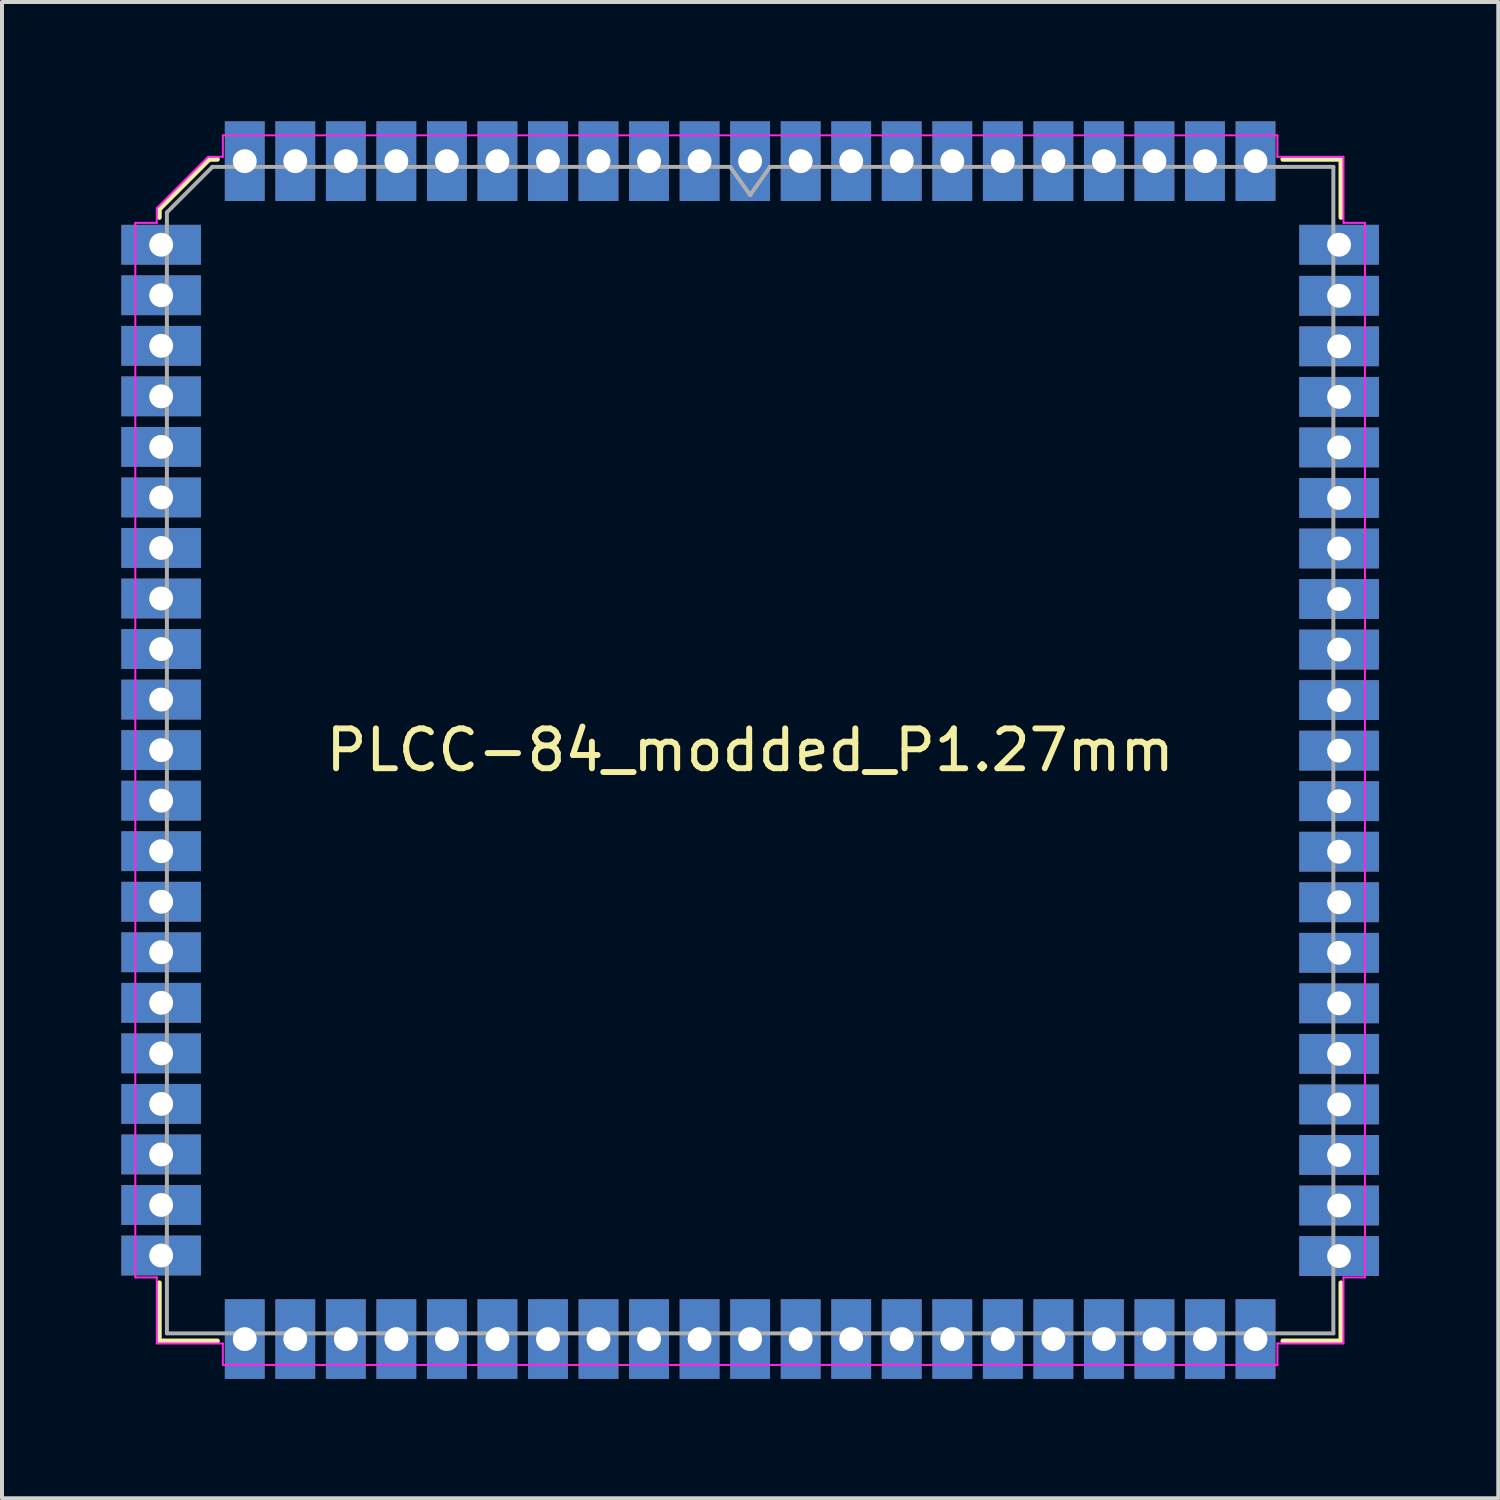
<source format=kicad_pcb>
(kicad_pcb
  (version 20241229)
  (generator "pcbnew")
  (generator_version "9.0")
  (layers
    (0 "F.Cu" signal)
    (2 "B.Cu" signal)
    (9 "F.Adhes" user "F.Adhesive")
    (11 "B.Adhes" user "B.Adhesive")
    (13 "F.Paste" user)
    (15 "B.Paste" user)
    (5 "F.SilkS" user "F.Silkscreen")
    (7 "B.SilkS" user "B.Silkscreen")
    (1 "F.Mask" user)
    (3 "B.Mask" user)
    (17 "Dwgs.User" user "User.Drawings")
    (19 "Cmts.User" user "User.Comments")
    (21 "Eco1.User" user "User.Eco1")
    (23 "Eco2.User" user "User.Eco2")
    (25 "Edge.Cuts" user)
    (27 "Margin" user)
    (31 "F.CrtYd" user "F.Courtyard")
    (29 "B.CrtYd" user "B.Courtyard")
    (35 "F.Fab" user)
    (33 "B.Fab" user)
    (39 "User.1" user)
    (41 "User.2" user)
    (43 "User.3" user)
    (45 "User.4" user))
  (footprint "PLCC-84_modded_P1.27mm"
    (layer "F.Cu")
    (at 15.8 15.8)
    (property "Reference" "PLCC-84_modded_P1.27mm" (at 0 0 0) (layer "F.SilkS") (effects (font (size 1 1) (thickness 0.15))))
    (attr smd)
    (fp_line (start -14.846 -13.591) (end -14.846 -13.386) (stroke (width 0.12) (type solid)) (layer "F.SilkS"))
    (fp_line (start -14.846 14.846) (end -14.846 13.386) (stroke (width 0.12) (type solid)) (layer "F.SilkS"))
    (fp_line (start -13.591 -14.846) (end -14.846 -13.591) (stroke (width 0.12) (type solid)) (layer "F.SilkS"))
    (fp_line (start -13.386 -14.846) (end -13.591 -14.846) (stroke (width 0.12) (type solid)) (layer "F.SilkS"))
    (fp_line (start -13.386 14.846) (end -14.846 14.846) (stroke (width 0.12) (type solid)) (layer "F.SilkS"))
    (fp_line (start 13.386 -14.846) (end 14.846 -14.846) (stroke (width 0.12) (type solid)) (layer "F.SilkS"))
    (fp_line (start 13.386 14.846) (end 14.846 14.846) (stroke (width 0.12) (type solid)) (layer "F.SilkS"))
    (fp_line (start 14.846 -14.846) (end 14.846 -13.386) (stroke (width 0.12) (type solid)) (layer "F.SilkS"))
    (fp_line (start 14.846 14.846) (end 14.846 13.386) (stroke (width 0.12) (type solid)) (layer "F.SilkS"))
    (fp_line (start -15.45 -13.25) (end -15.45 0) (stroke (width 0.05) (type solid)) (layer "F.CrtYd"))
    (fp_line (start -15.45 13.25) (end -15.45 0) (stroke (width 0.05) (type solid)) (layer "F.CrtYd"))
    (fp_line (start -14.91 -13.62) (end -14.91 -13.25) (stroke (width 0.05) (type solid)) (layer "F.CrtYd"))
    (fp_line (start -14.91 -13.25) (end -15.45 -13.25) (stroke (width 0.05) (type solid)) (layer "F.CrtYd"))
    (fp_line (start -14.91 13.25) (end -15.45 13.25) (stroke (width 0.05) (type solid)) (layer "F.CrtYd"))
    (fp_line (start -14.91 14.91) (end -14.91 13.25) (stroke (width 0.05) (type solid)) (layer "F.CrtYd"))
    (fp_line (start -13.62 -14.91) (end -14.91 -13.62) (stroke (width 0.05) (type solid)) (layer "F.CrtYd"))
    (fp_line (start -13.25 -15.45) (end -13.25 -14.91) (stroke (width 0.05) (type solid)) (layer "F.CrtYd"))
    (fp_line (start -13.25 -14.91) (end -13.62 -14.91) (stroke (width 0.05) (type solid)) (layer "F.CrtYd"))
    (fp_line (start -13.25 14.91) (end -14.91 14.91) (stroke (width 0.05) (type solid)) (layer "F.CrtYd"))
    (fp_line (start -13.25 15.45) (end -13.25 14.91) (stroke (width 0.05) (type solid)) (layer "F.CrtYd"))
    (fp_line (start 0 -15.45) (end -13.25 -15.45) (stroke (width 0.05) (type solid)) (layer "F.CrtYd"))
    (fp_line (start 0 -15.45) (end 13.25 -15.45) (stroke (width 0.05) (type solid)) (layer "F.CrtYd"))
    (fp_line (start 0 15.45) (end -13.25 15.45) (stroke (width 0.05) (type solid)) (layer "F.CrtYd"))
    (fp_line (start 0 15.45) (end 13.25 15.45) (stroke (width 0.05) (type solid)) (layer "F.CrtYd"))
    (fp_line (start 13.25 -15.45) (end 13.25 -14.91) (stroke (width 0.05) (type solid)) (layer "F.CrtYd"))
    (fp_line (start 13.25 -14.91) (end 14.91 -14.91) (stroke (width 0.05) (type solid)) (layer "F.CrtYd"))
    (fp_line (start 13.25 14.91) (end 14.91 14.91) (stroke (width 0.05) (type solid)) (layer "F.CrtYd"))
    (fp_line (start 13.25 15.45) (end 13.25 14.91) (stroke (width 0.05) (type solid)) (layer "F.CrtYd"))
    (fp_line (start 14.91 -14.91) (end 14.91 -13.25) (stroke (width 0.05) (type solid)) (layer "F.CrtYd"))
    (fp_line (start 14.91 -13.25) (end 15.45 -13.25) (stroke (width 0.05) (type solid)) (layer "F.CrtYd"))
    (fp_line (start 14.91 13.25) (end 15.45 13.25) (stroke (width 0.05) (type solid)) (layer "F.CrtYd"))
    (fp_line (start 14.91 14.91) (end 14.91 13.25) (stroke (width 0.05) (type solid)) (layer "F.CrtYd"))
    (fp_line (start 15.45 -13.25) (end 15.45 0) (stroke (width 0.05) (type solid)) (layer "F.CrtYd"))
    (fp_line (start 15.45 13.25) (end 15.45 0) (stroke (width 0.05) (type solid)) (layer "F.CrtYd"))
    (fp_line (start -14.656 -13.513) (end -13.513 -14.656) (stroke (width 0.1) (type solid)) (layer "F.Fab"))
    (fp_line (start -14.656 14.656) (end -14.656 -13.513) (stroke (width 0.1) (type solid)) (layer "F.Fab"))
    (fp_line (start -13.513 -14.656) (end -0.5 -14.656) (stroke (width 0.1) (type solid)) (layer "F.Fab"))
    (fp_line (start -0.5 -14.656) (end 0 -13.949) (stroke (width 0.1) (type solid)) (layer "F.Fab"))
    (fp_line (start 0 -13.949) (end 0.5 -14.656) (stroke (width 0.1) (type solid)) (layer "F.Fab"))
    (fp_line (start 0.5 -14.656) (end 14.656 -14.656) (stroke (width 0.1) (type solid)) (layer "F.Fab"))
    (fp_line (start 14.656 -14.656) (end 14.656 14.656) (stroke (width 0.1) (type solid)) (layer "F.Fab"))
    (fp_line (start 14.656 14.656) (end -14.656 14.656) (stroke (width 0.1) (type solid)) (layer "F.Fab"))
    (pad "1" thru_hole rect (at 0 -14.8) (size 1 2) (drill 0.6) (layers "*.Cu" "*.Mask"))
    (pad "2" thru_hole rect (at -1.27 -14.8) (size 1 2) (drill 0.6) (layers "*.Cu" "*.Mask"))
    (pad "3" thru_hole rect (at -2.54 -14.8) (size 1 2) (drill 0.6) (layers "*.Cu" "*.Mask"))
    (pad "4" thru_hole rect (at -3.81 -14.8) (size 1 2) (drill 0.6) (layers "*.Cu" "*.Mask"))
    (pad "5" thru_hole rect (at -5.08 -14.8) (size 1 2) (drill 0.6) (layers "*.Cu" "*.Mask"))
    (pad "6" thru_hole rect (at -6.35 -14.8) (size 1 2) (drill 0.6) (layers "*.Cu" "*.Mask"))
    (pad "7" thru_hole rect (at -7.62 -14.8) (size 1 2) (drill 0.6) (layers "*.Cu" "*.Mask"))
    (pad "8" thru_hole rect (at -8.89 -14.8) (size 1 2) (drill 0.6) (layers "*.Cu" "*.Mask"))
    (pad "9" thru_hole rect (at -10.16 -14.8) (size 1 2) (drill 0.6) (layers "*.Cu" "*.Mask"))
    (pad "10" thru_hole rect (at -11.43 -14.8) (size 1 2) (drill 0.6) (layers "*.Cu" "*.Mask"))
    (pad "11" thru_hole rect (at -12.7 -14.8) (size 1 2) (drill 0.6) (layers "*.Cu" "*.Mask"))
    (pad "12" thru_hole rect (at -14.8 -12.7) (size 2 1) (drill 0.6) (layers "*.Cu" "*.Mask"))
    (pad "13" thru_hole rect (at -14.8 -11.43) (size 2 1) (drill 0.6) (layers "*.Cu" "*.Mask"))
    (pad "14" thru_hole rect (at -14.8 -10.16) (size 2 1) (drill 0.6) (layers "*.Cu" "*.Mask"))
    (pad "15" thru_hole rect (at -14.8 -8.89) (size 2 1) (drill 0.6) (layers "*.Cu" "*.Mask"))
    (pad "16" thru_hole rect (at -14.8 -7.62) (size 2 1) (drill 0.6) (layers "*.Cu" "*.Mask"))
    (pad "17" thru_hole rect (at -14.8 -6.35) (size 2 1) (drill 0.6) (layers "*.Cu" "*.Mask"))
    (pad "18" thru_hole rect (at -14.8 -5.08) (size 2 1) (drill 0.6) (layers "*.Cu" "*.Mask"))
    (pad "19" thru_hole rect (at -14.8 -3.81) (size 2 1) (drill 0.6) (layers "*.Cu" "*.Mask"))
    (pad "20" thru_hole rect (at -14.8 -2.54) (size 2 1) (drill 0.6) (layers "*.Cu" "*.Mask"))
    (pad "21" thru_hole rect (at -14.8 -1.27) (size 2 1) (drill 0.6) (layers "*.Cu" "*.Mask"))
    (pad "22" thru_hole rect (at -14.8 0) (size 2 1) (drill 0.6) (layers "*.Cu" "*.Mask"))
    (pad "23" thru_hole rect (at -14.8 1.27) (size 2 1) (drill 0.6) (layers "*.Cu" "*.Mask"))
    (pad "24" thru_hole rect (at -14.8 2.54) (size 2 1) (drill 0.6) (layers "*.Cu" "*.Mask"))
    (pad "25" thru_hole rect (at -14.8 3.81) (size 2 1) (drill 0.6) (layers "*.Cu" "*.Mask"))
    (pad "26" thru_hole rect (at -14.8 5.08) (size 2 1) (drill 0.6) (layers "*.Cu" "*.Mask"))
    (pad "27" thru_hole rect (at -14.8 6.35) (size 2 1) (drill 0.6) (layers "*.Cu" "*.Mask"))
    (pad "28" thru_hole rect (at -14.8 7.62) (size 2 1) (drill 0.6) (layers "*.Cu" "*.Mask"))
    (pad "29" thru_hole rect (at -14.8 8.89) (size 2 1) (drill 0.6) (layers "*.Cu" "*.Mask"))
    (pad "30" thru_hole rect (at -14.8 10.16) (size 2 1) (drill 0.6) (layers "*.Cu" "*.Mask"))
    (pad "31" thru_hole rect (at -14.8 11.43) (size 2 1) (drill 0.6) (layers "*.Cu" "*.Mask"))
    (pad "32" thru_hole rect (at -14.8 12.7) (size 2 1) (drill 0.6) (layers "*.Cu" "*.Mask"))
    (pad "33" thru_hole rect (at -12.7 14.8) (size 1 2) (drill 0.6) (layers "*.Cu" "*.Mask"))
    (pad "34" thru_hole rect (at -11.43 14.8) (size 1 2) (drill 0.6) (layers "*.Cu" "*.Mask"))
    (pad "35" thru_hole rect (at -10.16 14.8) (size 1 2) (drill 0.6) (layers "*.Cu" "*.Mask"))
    (pad "36" thru_hole rect (at -8.89 14.8) (size 1 2) (drill 0.6) (layers "*.Cu" "*.Mask"))
    (pad "37" thru_hole rect (at -7.62 14.8) (size 1 2) (drill 0.6) (layers "*.Cu" "*.Mask"))
    (pad "38" thru_hole rect (at -6.35 14.8) (size 1 2) (drill 0.6) (layers "*.Cu" "*.Mask"))
    (pad "39" thru_hole rect (at -5.08 14.8) (size 1 2) (drill 0.6) (layers "*.Cu" "*.Mask"))
    (pad "40" thru_hole rect (at -3.81 14.8) (size 1 2) (drill 0.6) (layers "*.Cu" "*.Mask"))
    (pad "41" thru_hole rect (at -2.54 14.8) (size 1 2) (drill 0.6) (layers "*.Cu" "*.Mask"))
    (pad "42" thru_hole rect (at -1.27 14.8) (size 1 2) (drill 0.6) (layers "*.Cu" "*.Mask"))
    (pad "43" thru_hole rect (at 0 14.8) (size 1 2) (drill 0.6) (layers "*.Cu" "*.Mask"))
    (pad "44" thru_hole rect (at 1.27 14.8) (size 1 2) (drill 0.6) (layers "*.Cu" "*.Mask"))
    (pad "45" thru_hole rect (at 2.54 14.8) (size 1 2) (drill 0.6) (layers "*.Cu" "*.Mask"))
    (pad "46" thru_hole rect (at 3.81 14.8) (size 1 2) (drill 0.6) (layers "*.Cu" "*.Mask"))
    (pad "47" thru_hole rect (at 5.08 14.8) (size 1 2) (drill 0.6) (layers "*.Cu" "*.Mask"))
    (pad "48" thru_hole rect (at 6.35 14.8) (size 1 2) (drill 0.6) (layers "*.Cu" "*.Mask"))
    (pad "49" thru_hole rect (at 7.62 14.8) (size 1 2) (drill 0.6) (layers "*.Cu" "*.Mask"))
    (pad "50" thru_hole rect (at 8.89 14.8) (size 1 2) (drill 0.6) (layers "*.Cu" "*.Mask"))
    (pad "51" thru_hole rect (at 10.16 14.8) (size 1 2) (drill 0.6) (layers "*.Cu" "*.Mask"))
    (pad "52" thru_hole rect (at 11.43 14.8) (size 1 2) (drill 0.6) (layers "*.Cu" "*.Mask"))
    (pad "53" thru_hole rect (at 12.7 14.8) (size 1 2) (drill 0.6) (layers "*.Cu" "*.Mask"))
    (pad "54" thru_hole rect (at 14.8 12.713) (size 2 1) (drill 0.6) (layers "*.Cu" "*.Mask"))
    (pad "55" thru_hole rect (at 14.8 11.443) (size 2 1) (drill 0.6) (layers "*.Cu" "*.Mask"))
    (pad "56" thru_hole rect (at 14.8 10.173) (size 2 1) (drill 0.6) (layers "*.Cu" "*.Mask"))
    (pad "57" thru_hole rect (at 14.8 8.903) (size 2 1) (drill 0.6) (layers "*.Cu" "*.Mask"))
    (pad "58" thru_hole rect (at 14.8 7.633) (size 2 1) (drill 0.6) (layers "*.Cu" "*.Mask"))
    (pad "59" thru_hole rect (at 14.8 6.363) (size 2 1) (drill 0.6) (layers "*.Cu" "*.Mask"))
    (pad "60" thru_hole rect (at 14.8 5.093) (size 2 1) (drill 0.6) (layers "*.Cu" "*.Mask"))
    (pad "61" thru_hole rect (at 14.8 3.823) (size 2 1) (drill 0.6) (layers "*.Cu" "*.Mask"))
    (pad "62" thru_hole rect (at 14.8 2.553) (size 2 1) (drill 0.6) (layers "*.Cu" "*.Mask"))
    (pad "63" thru_hole rect (at 14.8 1.283) (size 2 1) (drill 0.6) (layers "*.Cu" "*.Mask"))
    (pad "64" thru_hole rect (at 14.8 0.013) (size 2 1) (drill 0.6) (layers "*.Cu" "*.Mask"))
    (pad "65" thru_hole rect (at 14.8 -1.257) (size 2 1) (drill 0.6) (layers "*.Cu" "*.Mask"))
    (pad "66" thru_hole rect (at 14.8 -2.527) (size 2 1) (drill 0.6) (layers "*.Cu" "*.Mask"))
    (pad "67" thru_hole rect (at 14.8 -3.797) (size 2 1) (drill 0.6) (layers "*.Cu" "*.Mask"))
    (pad "68" thru_hole rect (at 14.8 -5.067) (size 2 1) (drill 0.6) (layers "*.Cu" "*.Mask"))
    (pad "69" thru_hole rect (at 14.8 -6.337) (size 2 1) (drill 0.6) (layers "*.Cu" "*.Mask"))
    (pad "70" thru_hole rect (at 14.8 -7.607) (size 2 1) (drill 0.6) (layers "*.Cu" "*.Mask"))
    (pad "71" thru_hole rect (at 14.8 -8.877) (size 2 1) (drill 0.6) (layers "*.Cu" "*.Mask"))
    (pad "72" thru_hole rect (at 14.8 -10.147) (size 2 1) (drill 0.6) (layers "*.Cu" "*.Mask"))
    (pad "73" thru_hole rect (at 14.8 -11.417) (size 2 1) (drill 0.6) (layers "*.Cu" "*.Mask"))
    (pad "74" thru_hole rect (at 14.8 -12.7) (size 2 1) (drill 0.6) (layers "*.Cu" "*.Mask"))
    (pad "75" thru_hole rect (at 12.7 -14.8) (size 1 2) (drill 0.6) (layers "*.Cu" "*.Mask"))
    (pad "76" thru_hole rect (at 11.43 -14.8) (size 1 2) (drill 0.6) (layers "*.Cu" "*.Mask"))
    (pad "77" thru_hole rect (at 10.16 -14.8) (size 1 2) (drill 0.6) (layers "*.Cu" "*.Mask"))
    (pad "78" thru_hole rect (at 8.89 -14.8) (size 1 2) (drill 0.6) (layers "*.Cu" "*.Mask"))
    (pad "79" thru_hole rect (at 7.62 -14.8) (size 1 2) (drill 0.6) (layers "*.Cu" "*.Mask"))
    (pad "80" thru_hole rect (at 6.35 -14.8) (size 1 2) (drill 0.6) (layers "*.Cu" "*.Mask"))
    (pad "81" thru_hole rect (at 5.08 -14.8) (size 1 2) (drill 0.6) (layers "*.Cu" "*.Mask"))
    (pad "82" thru_hole rect (at 3.81 -14.8) (size 1 2) (drill 0.6) (layers "*.Cu" "*.Mask"))
    (pad "83" thru_hole rect (at 2.54 -14.8) (size 1 2) (drill 0.6) (layers "*.Cu" "*.Mask"))
    (pad "84" thru_hole rect (at 1.27 -14.8) (size 1 2) (drill 0.6) (layers "*.Cu" "*.Mask")))
  (gr_rect
    (start -3 -3)
    (end 34.6 34.6)
    (stroke (width 0.1) (type default))
    (fill no)
    (layer "Edge.Cuts")))
</source>
